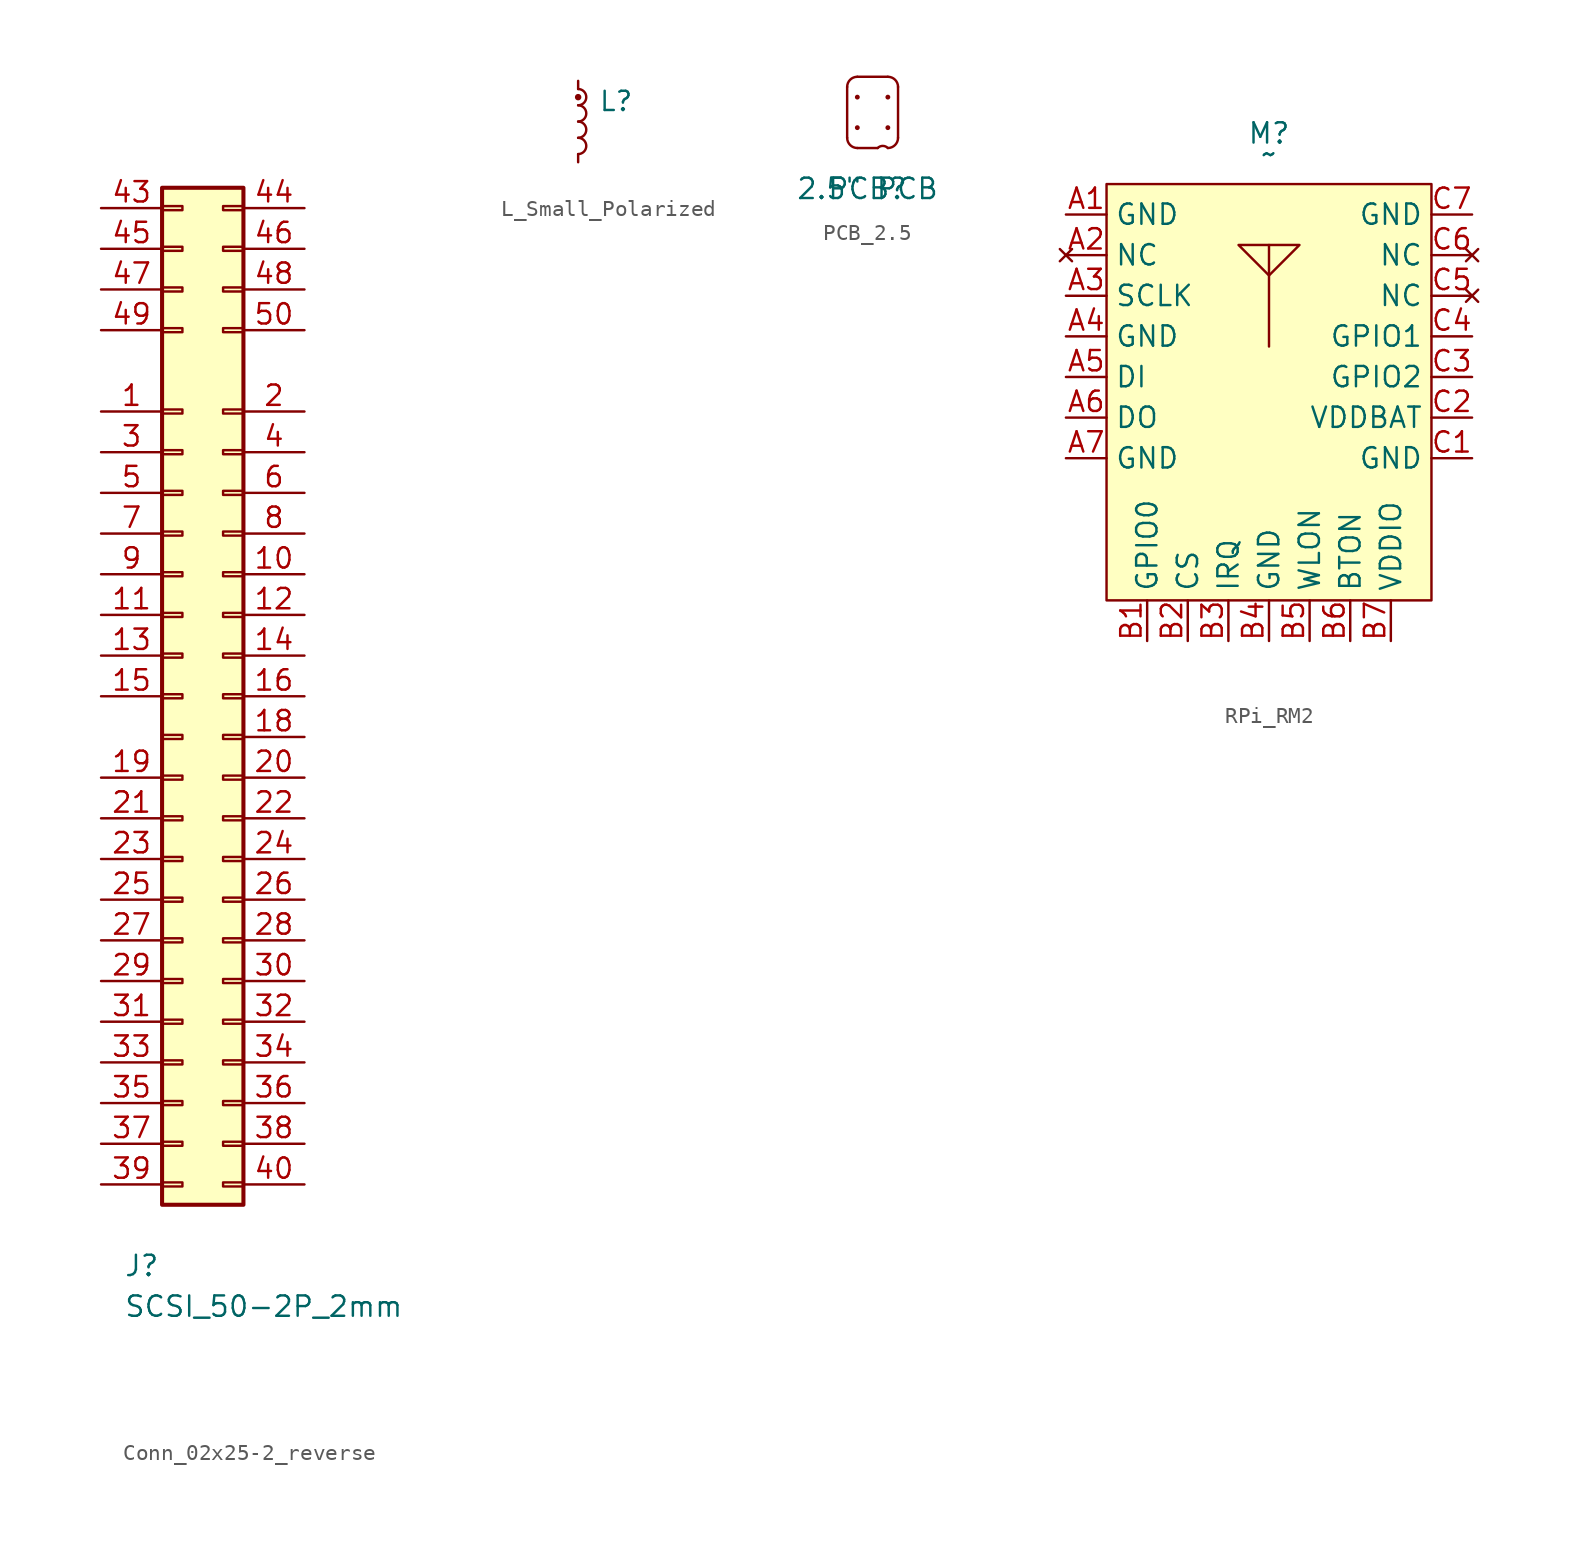
<source format=kicad_sym>
(kicad_symbol_lib
  (version 20241209)
  (generator "kicad_symbol_editor")
  (generator_version "9.0")
  (symbol "Conn_02x25-2_reverse"
    (pin_names
      (offset 1.016)
      (hide yes))
    (property "Reference" "J"
      (at -2.54 -35.56 0)
      (effects (font (size 1.27 1.27))))
    (property "Value" "SCSI_50-2P_2mm"
      (at 5.08 -38.1 0)
      (effects (font (size 1.27 1.27))))
    (property "Description" ""
      (at 0 0 0)
      (effects (font (size 1.27 1.27))))
    (symbol "Conn_02x25-2_reverse_1_1"
      (rectangle (start -1.27 31.75) (end 3.81 -31.75) (stroke (width 0.254) (type default)) (fill (type background)))
      (rectangle (start -1.27 30.607) (end 0 30.353) (stroke (width 0.152) (type default)) (fill (type none)))
      (rectangle (start -1.27 28.067) (end 0 27.813) (stroke (width 0.152) (type default)) (fill (type none)))
      (rectangle (start -1.27 25.527) (end 0 25.273) (stroke (width 0.152) (type default)) (fill (type none)))
      (rectangle (start -1.27 22.987) (end 0 22.733) (stroke (width 0.152) (type default)) (fill (type none)))
      (rectangle (start -1.27 17.907) (end 0 17.653) (stroke (width 0.152) (type default)) (fill (type none)))
      (rectangle (start -1.27 15.367) (end 0 15.113) (stroke (width 0.152) (type default)) (fill (type none)))
      (rectangle (start -1.27 12.827) (end 0 12.573) (stroke (width 0.152) (type default)) (fill (type none)))
      (rectangle (start -1.27 10.287) (end 0 10.033) (stroke (width 0.152) (type default)) (fill (type none)))
      (rectangle (start -1.27 7.747) (end 0 7.493) (stroke (width 0.152) (type default)) (fill (type none)))
      (rectangle (start -1.27 5.207) (end 0 4.953) (stroke (width 0.152) (type default)) (fill (type none)))
      (rectangle (start -1.27 2.667) (end 0 2.413) (stroke (width 0.152) (type default)) (fill (type none)))
      (rectangle (start -1.27 0.127) (end 0 -0.127) (stroke (width 0.152) (type default)) (fill (type none)))
      (rectangle (start -1.27 -2.413) (end 0 -2.667) (stroke (width 0.152) (type default)) (fill (type none)))
      (rectangle (start -1.27 -4.953) (end 0 -5.207) (stroke (width 0.152) (type default)) (fill (type none)))
      (rectangle (start -1.27 -7.493) (end 0 -7.747) (stroke (width 0.152) (type default)) (fill (type none)))
      (rectangle (start -1.27 -10.033) (end 0 -10.287) (stroke (width 0.152) (type default)) (fill (type none)))
      (rectangle (start -1.27 -12.573) (end 0 -12.827) (stroke (width 0.152) (type default)) (fill (type none)))
      (rectangle (start -1.27 -15.113) (end 0 -15.367) (stroke (width 0.152) (type default)) (fill (type none)))
      (rectangle (start -1.27 -17.653) (end 0 -17.907) (stroke (width 0.152) (type default)) (fill (type none)))
      (rectangle (start -1.27 -20.193) (end 0 -20.447) (stroke (width 0.152) (type default)) (fill (type none)))
      (rectangle (start -1.27 -22.733) (end 0 -22.987) (stroke (width 0.152) (type default)) (fill (type none)))
      (rectangle (start -1.27 -25.273) (end 0 -25.527) (stroke (width 0.152) (type default)) (fill (type none)))
      (rectangle (start -1.27 -27.813) (end 0 -28.067) (stroke (width 0.152) (type default)) (fill (type none)))
      (rectangle (start -1.27 -30.353) (end 0 -30.607) (stroke (width 0.152) (type default)) (fill (type none)))
      (rectangle (start 3.81 30.607) (end 2.54 30.353) (stroke (width 0.152) (type default)) (fill (type none)))
      (rectangle (start 3.81 28.067) (end 2.54 27.813) (stroke (width 0.152) (type default)) (fill (type none)))
      (rectangle (start 3.81 25.527) (end 2.54 25.273) (stroke (width 0.152) (type default)) (fill (type none)))
      (rectangle (start 3.81 22.987) (end 2.54 22.733) (stroke (width 0.152) (type default)) (fill (type none)))
      (rectangle (start 3.81 17.907) (end 2.54 17.653) (stroke (width 0.152) (type default)) (fill (type none)))
      (rectangle (start 3.81 15.367) (end 2.54 15.113) (stroke (width 0.152) (type default)) (fill (type none)))
      (rectangle (start 3.81 12.827) (end 2.54 12.573) (stroke (width 0.152) (type default)) (fill (type none)))
      (rectangle (start 3.81 10.287) (end 2.54 10.033) (stroke (width 0.152) (type default)) (fill (type none)))
      (rectangle (start 3.81 7.747) (end 2.54 7.493) (stroke (width 0.152) (type default)) (fill (type none)))
      (rectangle (start 3.81 5.207) (end 2.54 4.953) (stroke (width 0.152) (type default)) (fill (type none)))
      (rectangle (start 3.81 2.667) (end 2.54 2.413) (stroke (width 0.152) (type default)) (fill (type none)))
      (rectangle (start 3.81 0.127) (end 2.54 -0.127) (stroke (width 0.152) (type default)) (fill (type none)))
      (rectangle (start 3.81 -2.413) (end 2.54 -2.667) (stroke (width 0.152) (type default)) (fill (type none)))
      (rectangle (start 3.81 -4.953) (end 2.54 -5.207) (stroke (width 0.152) (type default)) (fill (type none)))
      (rectangle (start 3.81 -7.493) (end 2.54 -7.747) (stroke (width 0.152) (type default)) (fill (type none)))
      (rectangle (start 3.81 -10.033) (end 2.54 -10.287) (stroke (width 0.152) (type default)) (fill (type none)))
      (rectangle (start 3.81 -12.573) (end 2.54 -12.827) (stroke (width 0.152) (type default)) (fill (type none)))
      (rectangle (start 3.81 -15.113) (end 2.54 -15.367) (stroke (width 0.152) (type default)) (fill (type none)))
      (rectangle (start 3.81 -17.653) (end 2.54 -17.907) (stroke (width 0.152) (type default)) (fill (type none)))
      (rectangle (start 3.81 -20.193) (end 2.54 -20.447) (stroke (width 0.152) (type default)) (fill (type none)))
      (rectangle (start 3.81 -22.733) (end 2.54 -22.987) (stroke (width 0.152) (type default)) (fill (type none)))
      (rectangle (start 3.81 -25.273) (end 2.54 -25.527) (stroke (width 0.152) (type default)) (fill (type none)))
      (rectangle (start 3.81 -27.813) (end 2.54 -28.067) (stroke (width 0.152) (type default)) (fill (type none)))
      (rectangle (start 3.81 -30.353) (end 2.54 -30.607) (stroke (width 0.152) (type default)) (fill (type none)))
      (pin passive line (at -5.08 30.48 0) (length 3.81) (name "Pin_43" (effects (font (size 1.27 1.27)))) (number "43" (effects (font (size 1.27 1.27)))))
      (pin passive line (at -5.08 27.94 0) (length 3.81) (name "Pin_45" (effects (font (size 1.27 1.27)))) (number "45" (effects (font (size 1.27 1.27)))))
      (pin passive line (at -5.08 25.4 0) (length 3.81) (name "Pin_47" (effects (font (size 1.27 1.27)))) (number "47" (effects (font (size 1.27 1.27)))))
      (pin passive line (at -5.08 22.86 0) (length 3.81) (name "Pin_49" (effects (font (size 1.27 1.27)))) (number "49" (effects (font (size 1.27 1.27)))))
      (pin passive line (at -5.08 17.78 0) (length 3.81) (name "Pin_1" (effects (font (size 1.27 1.27)))) (number "1" (effects (font (size 1.27 1.27)))))
      (pin passive line (at -5.08 15.24 0) (length 3.81) (name "Pin_3" (effects (font (size 1.27 1.27)))) (number "3" (effects (font (size 1.27 1.27)))))
      (pin passive line (at -5.08 12.7 0) (length 3.81) (name "Pin_5" (effects (font (size 1.27 1.27)))) (number "5" (effects (font (size 1.27 1.27)))))
      (pin passive line (at -5.08 10.16 0) (length 3.81) (name "Pin_7" (effects (font (size 1.27 1.27)))) (number "7" (effects (font (size 1.27 1.27)))))
      (pin passive line (at -5.08 7.62 0) (length 3.81) (name "Pin_9" (effects (font (size 1.27 1.27)))) (number "9" (effects (font (size 1.27 1.27)))))
      (pin passive line (at -5.08 5.08 0) (length 3.81) (name "Pin_11" (effects (font (size 1.27 1.27)))) (number "11" (effects (font (size 1.27 1.27)))))
      (pin passive line (at -5.08 2.54 0) (length 3.81) (name "Pin_13" (effects (font (size 1.27 1.27)))) (number "13" (effects (font (size 1.27 1.27)))))
      (pin passive line (at -5.08 0 0) (length 3.81) (name "Pin_15" (effects (font (size 1.27 1.27)))) (number "15" (effects (font (size 1.27 1.27)))))
      (pin passive line (at -5.08 -5.08 0) (length 3.81) (name "Pin_19" (effects (font (size 1.27 1.27)))) (number "19" (effects (font (size 1.27 1.27)))))
      (pin passive line (at -5.08 -7.62 0) (length 3.81) (name "Pin_21" (effects (font (size 1.27 1.27)))) (number "21" (effects (font (size 1.27 1.27)))))
      (pin passive line (at -5.08 -10.16 0) (length 3.81) (name "Pin_23" (effects (font (size 1.27 1.27)))) (number "23" (effects (font (size 1.27 1.27)))))
      (pin passive line (at -5.08 -12.7 0) (length 3.81) (name "Pin_25" (effects (font (size 1.27 1.27)))) (number "25" (effects (font (size 1.27 1.27)))))
      (pin passive line (at -5.08 -15.24 0) (length 3.81) (name "Pin_27" (effects (font (size 1.27 1.27)))) (number "27" (effects (font (size 1.27 1.27)))))
      (pin passive line (at -5.08 -17.78 0) (length 3.81) (name "Pin_29" (effects (font (size 1.27 1.27)))) (number "29" (effects (font (size 1.27 1.27)))))
      (pin passive line (at -5.08 -20.32 0) (length 3.81) (name "Pin_31" (effects (font (size 1.27 1.27)))) (number "31" (effects (font (size 1.27 1.27)))))
      (pin passive line (at -5.08 -22.86 0) (length 3.81) (name "Pin_33" (effects (font (size 1.27 1.27)))) (number "33" (effects (font (size 1.27 1.27)))))
      (pin passive line (at -5.08 -25.4 0) (length 3.81) (name "Pin_35" (effects (font (size 1.27 1.27)))) (number "35" (effects (font (size 1.27 1.27)))))
      (pin passive line (at -5.08 -27.94 0) (length 3.81) (name "Pin_37" (effects (font (size 1.27 1.27)))) (number "37" (effects (font (size 1.27 1.27)))))
      (pin passive line (at -5.08 -30.48 0) (length 3.81) (name "Pin_39" (effects (font (size 1.27 1.27)))) (number "39" (effects (font (size 1.27 1.27)))))
      (pin passive line (at 7.62 30.48 180) (length 3.81) (name "Pin_44" (effects (font (size 1.27 1.27)))) (number "44" (effects (font (size 1.27 1.27)))))
      (pin passive line (at 7.62 27.94 180) (length 3.81) (name "Pin_46" (effects (font (size 1.27 1.27)))) (number "46" (effects (font (size 1.27 1.27)))))
      (pin passive line (at 7.62 25.4 180) (length 3.81) (name "Pin_48" (effects (font (size 1.27 1.27)))) (number "48" (effects (font (size 1.27 1.27)))))
      (pin passive line (at 7.62 22.86 180) (length 3.81) (name "Pin_50" (effects (font (size 1.27 1.27)))) (number "50" (effects (font (size 1.27 1.27)))))
      (pin passive line (at 7.62 17.78 180) (length 3.81) (name "Pin_2" (effects (font (size 1.27 1.27)))) (number "2" (effects (font (size 1.27 1.27)))))
      (pin passive line (at 7.62 15.24 180) (length 3.81) (name "Pin_4" (effects (font (size 1.27 1.27)))) (number "4" (effects (font (size 1.27 1.27)))))
      (pin passive line (at 7.62 12.7 180) (length 3.81) (name "Pin_6" (effects (font (size 1.27 1.27)))) (number "6" (effects (font (size 1.27 1.27)))))
      (pin passive line (at 7.62 10.16 180) (length 3.81) (name "Pin_8" (effects (font (size 1.27 1.27)))) (number "8" (effects (font (size 1.27 1.27)))))
      (pin passive line (at 7.62 7.62 180) (length 3.81) (name "Pin_10" (effects (font (size 1.27 1.27)))) (number "10" (effects (font (size 1.27 1.27)))))
      (pin passive line (at 7.62 5.08 180) (length 3.81) (name "Pin_12" (effects (font (size 1.27 1.27)))) (number "12" (effects (font (size 1.27 1.27)))))
      (pin passive line (at 7.62 2.54 180) (length 3.81) (name "Pin_14" (effects (font (size 1.27 1.27)))) (number "14" (effects (font (size 1.27 1.27)))))
      (pin passive line (at 7.62 0 180) (length 3.81) (name "Pin_16" (effects (font (size 1.27 1.27)))) (number "16" (effects (font (size 1.27 1.27)))))
      (pin passive line (at 7.62 -2.54 180) (length 3.81) (name "Pin_18" (effects (font (size 1.27 1.27)))) (number "18" (effects (font (size 1.27 1.27)))))
      (pin passive line (at 7.62 -5.08 180) (length 3.81) (name "Pin_20" (effects (font (size 1.27 1.27)))) (number "20" (effects (font (size 1.27 1.27)))))
      (pin passive line (at 7.62 -7.62 180) (length 3.81) (name "Pin_22" (effects (font (size 1.27 1.27)))) (number "22" (effects (font (size 1.27 1.27)))))
      (pin passive line (at 7.62 -10.16 180) (length 3.81) (name "Pin_24" (effects (font (size 1.27 1.27)))) (number "24" (effects (font (size 1.27 1.27)))))
      (pin passive line (at 7.62 -12.7 180) (length 3.81) (name "Pin_26" (effects (font (size 1.27 1.27)))) (number "26" (effects (font (size 1.27 1.27)))))
      (pin passive line (at 7.62 -15.24 180) (length 3.81) (name "Pin_28" (effects (font (size 1.27 1.27)))) (number "28" (effects (font (size 1.27 1.27)))))
      (pin passive line (at 7.62 -17.78 180) (length 3.81) (name "Pin_30" (effects (font (size 1.27 1.27)))) (number "30" (effects (font (size 1.27 1.27)))))
      (pin passive line (at 7.62 -20.32 180) (length 3.81) (name "Pin_32" (effects (font (size 1.27 1.27)))) (number "32" (effects (font (size 1.27 1.27)))))
      (pin passive line (at 7.62 -22.86 180) (length 3.81) (name "Pin_34" (effects (font (size 1.27 1.27)))) (number "34" (effects (font (size 1.27 1.27)))))
      (pin passive line (at 7.62 -25.4 180) (length 3.81) (name "Pin_36" (effects (font (size 1.27 1.27)))) (number "36" (effects (font (size 1.27 1.27)))))
      (pin passive line (at 7.62 -27.94 180) (length 3.81) (name "Pin_38" (effects (font (size 1.27 1.27)))) (number "38" (effects (font (size 1.27 1.27)))))
      (pin passive line (at 7.62 -30.48 180) (length 3.81) (name "Pin_40" (effects (font (size 1.27 1.27)))) (number "40" (effects (font (size 1.27 1.27)))))))
  (symbol "L_Small_Polarized"
    (pin_numbers
      (hide yes))
    (pin_names
      (offset 0.254)
      (hide yes))
    (property "Reference" "L"
      (at 1.27 1.27 0)
      (effects (font (size 1.2 1.2)) (justify left)))
    (property "Value" ""
      (at 1.27 -1.27 0)
      (effects (font (size 1.27 1.27)) (justify left)))
    (property "Description" ""
      (at 0 0 0)
      (effects (font (size 1.27 1.27))))
    (property "Case/Package" ""
      (at 3.81 -3.556 0)
      (effects (font (size 1.27 1.27))))
    (symbol "L_Small_Polarized_0_1"
      (arc (start 0 2.032) (mid 0.5058 1.524) (end 0 1.016) (stroke (width 0) (type default)) (fill (type none)))
      (arc (start 0 1.016) (mid 0.5058 0.508) (end 0 0) (stroke (width 0) (type default)) (fill (type none)))
      (arc (start 0 0) (mid 0.5058 -0.508) (end 0 -1.016) (stroke (width 0) (type default)) (fill (type none)))
      (arc (start 0 -1.016) (mid 0.5058 -1.524) (end 0 -2.032) (stroke (width 0) (type default)) (fill (type none)))
      (circle (center 0 1.524) (radius 0.127) (stroke (width 0) (type default)) (fill (type outline))))
    (symbol "L_Small_Polarized_1_1"
      (pin passive line (at 0 2.54 270) (length 0.508) (name "~" (effects (font (size 1.27 1.27)))) (number "1" (effects (font (size 1.27 1.27)))))
      (pin passive line (at 0 -2.54 90) (length 0.508) (name "~" (effects (font (size 1.27 1.27)))) (number "2" (effects (font (size 1.27 1.27)))))))
  (symbol "PCB_2.5"
    (property "Reference" "PCB"
      (at 0 0 0)
      (effects (font (size 1.27 1.27))))
    (property "Value" "2.5\" PCB"
      (at 0 0 0)
      (effects (font (size 1.27 1.27))))
    (symbol "PCB_2.5_0_1"
      (polyline (pts (xy -1.27 3.175) (xy -1.27 6.35)) (stroke (width 0) (type default)) (fill (type none)))
      (polyline (pts (xy -0.635 6.985) (xy 1.27 6.985)) (stroke (width 0) (type default)) (fill (type none)))
      (arc (start -1.27 6.35) (mid -1.084 6.799) (end -0.635 6.985) (stroke (width 0) (type default)) (fill (type none)))
      (circle (center -0.635 5.715) (radius 0.0001) (stroke (width 0) (type default)) (fill (type none)))
      (circle (center -0.635 3.81) (radius 0.0001) (stroke (width 0) (type default)) (fill (type none)))
      (arc (start -0.635 2.54) (mid -1.084 2.726) (end -1.27 3.175) (stroke (width 0) (type default)) (fill (type none)))
      (polyline (pts (xy -0.635 2.54) (xy 0.635 2.54)) (stroke (width 0) (type default)) (fill (type none)))
      (arc (start 0.635 2.54) (mid 0.9525 2.6715) (end 1.27 2.54) (stroke (width 0) (type default)) (fill (type none)))
      (arc (start 1.27 6.985) (mid 1.719 6.799) (end 1.905 6.35) (stroke (width 0) (type default)) (fill (type none)))
      (circle (center 1.27 5.715) (radius 0.0001) (stroke (width 0) (type default)) (fill (type none)))
      (circle (center 1.27 3.81) (radius 0.0001) (stroke (width 0) (type default)) (fill (type none)))
      (arc (start 1.905 3.175) (mid 1.719 2.726) (end 1.27 2.54) (stroke (width 0) (type default)) (fill (type none)))
      (polyline (pts (xy 1.905 6.35) (xy 1.905 3.175)) (stroke (width 0) (type default)) (fill (type none)))))
  (symbol "RPi_RM2"
    (property "Reference" "M"
      (at 0 22.86 0)
      (effects (font (size 1.27 1.27))))
    (property "Value" "~"
      (at 0 21.59 0)
      (effects (font (size 1.27 1.27))))
    (symbol "RPi_RM2_0_0"
      (pin power_in line (at -12.7 17.78 0) (length 2.54) (name "GND" (effects (font (size 1.27 1.27)))) (number "A1" (effects (font (size 1.27 1.27)))))
      (pin no_connect line (at -12.7 15.24 0) (length 2.54) (name "NC" (effects (font (size 1.27 1.27)))) (number "A2" (effects (font (size 1.27 1.27)))))
      (pin input line (at -12.7 12.7 0) (length 2.54) (name "SCLK" (effects (font (size 1.27 1.27)))) (number "A3" (effects (font (size 1.27 1.27)))))
      (pin power_in line (at -12.7 10.16 0) (length 2.54) (name "GND" (effects (font (size 1.27 1.27)))) (number "A4" (effects (font (size 1.27 1.27)))))
      (pin input line (at -12.7 7.62 0) (length 2.54) (name "DI" (effects (font (size 1.27 1.27)))) (number "A5" (effects (font (size 1.27 1.27)))))
      (pin output line (at -12.7 5.08 0) (length 2.54) (name "DO" (effects (font (size 1.27 1.27)))) (number "A6" (effects (font (size 1.27 1.27)))))
      (pin power_in line (at -12.7 2.54 0) (length 2.54) (name "GND" (effects (font (size 1.27 1.27)))) (number "A7" (effects (font (size 1.27 1.27)))))
      (pin bidirectional line (at -7.62 -8.89 90) (length 2.54) (name "GPIO0" (effects (font (size 1.27 1.27)))) (number "B1" (effects (font (size 1.27 1.27)))))
      (pin input line (at -5.08 -8.89 90) (length 2.54) (name "CS" (effects (font (size 1.27 1.27)))) (number "B2" (effects (font (size 1.27 1.27)))))
      (pin output line (at -2.54 -8.89 90) (length 2.54) (name "IRQ" (effects (font (size 1.27 1.27)))) (number "B3" (effects (font (size 1.27 1.27)))))
      (pin power_in line (at 0 -8.89 90) (length 2.54) (name "GND" (effects (font (size 1.27 1.27)))) (number "B4" (effects (font (size 1.27 1.27)))))
      (pin input line (at 2.54 -8.89 90) (length 2.54) (name "WLON" (effects (font (size 1.27 1.27)))) (number "B5" (effects (font (size 1.27 1.27)))))
      (pin input line (at 5.08 -8.89 90) (length 2.54) (name "BTON" (effects (font (size 1.27 1.27)))) (number "B6" (effects (font (size 1.27 1.27)))))
      (pin power_in line (at 7.62 -8.89 90) (length 2.54) (name "VDDIO" (effects (font (size 1.27 1.27)))) (number "B7" (effects (font (size 1.27 1.27)))))
      (pin power_in line (at 12.7 17.78 180) (length 2.54) (name "GND" (effects (font (size 1.27 1.27)))) (number "C7" (effects (font (size 1.27 1.27)))))
      (pin no_connect line (at 12.7 15.24 180) (length 2.54) (name "NC" (effects (font (size 1.27 1.27)))) (number "C6" (effects (font (size 1.27 1.27)))))
      (pin no_connect line (at 12.7 12.7 180) (length 2.54) (name "NC" (effects (font (size 1.27 1.27)))) (number "C5" (effects (font (size 1.27 1.27)))))
      (pin bidirectional line (at 12.7 10.16 180) (length 2.54) (name "GPIO1" (effects (font (size 1.27 1.27)))) (number "C4" (effects (font (size 1.27 1.27)))))
      (pin bidirectional line (at 12.7 7.62 180) (length 2.54) (name "GPIO2" (effects (font (size 1.27 1.27)))) (number "C3" (effects (font (size 1.27 1.27)))))
      (pin power_in line (at 12.7 5.08 180) (length 2.54) (name "VDDBAT" (effects (font (size 1.27 1.27)))) (number "C2" (effects (font (size 1.27 1.27)))))
      (pin power_in line (at 12.7 2.54 180) (length 2.54) (name "GND" (effects (font (size 1.27 1.27)))) (number "C1" (effects (font (size 1.27 1.27))))))
    (symbol "RPi_RM2_1_1"
      (rectangle (start -10.16 19.685) (end 10.16 -6.35) (stroke (width 0) (type default)) (fill (type background)))
      (polyline (pts (xy -1.905 15.875) (xy 1.905 15.875) (xy 0 13.97) (xy -1.905 15.875)) (stroke (width 0) (type default)) (fill (type none)))
      (polyline (pts (xy 0 9.525) (xy 0 15.875)) (stroke (width 0) (type default)) (fill (type none))))))
</source>
